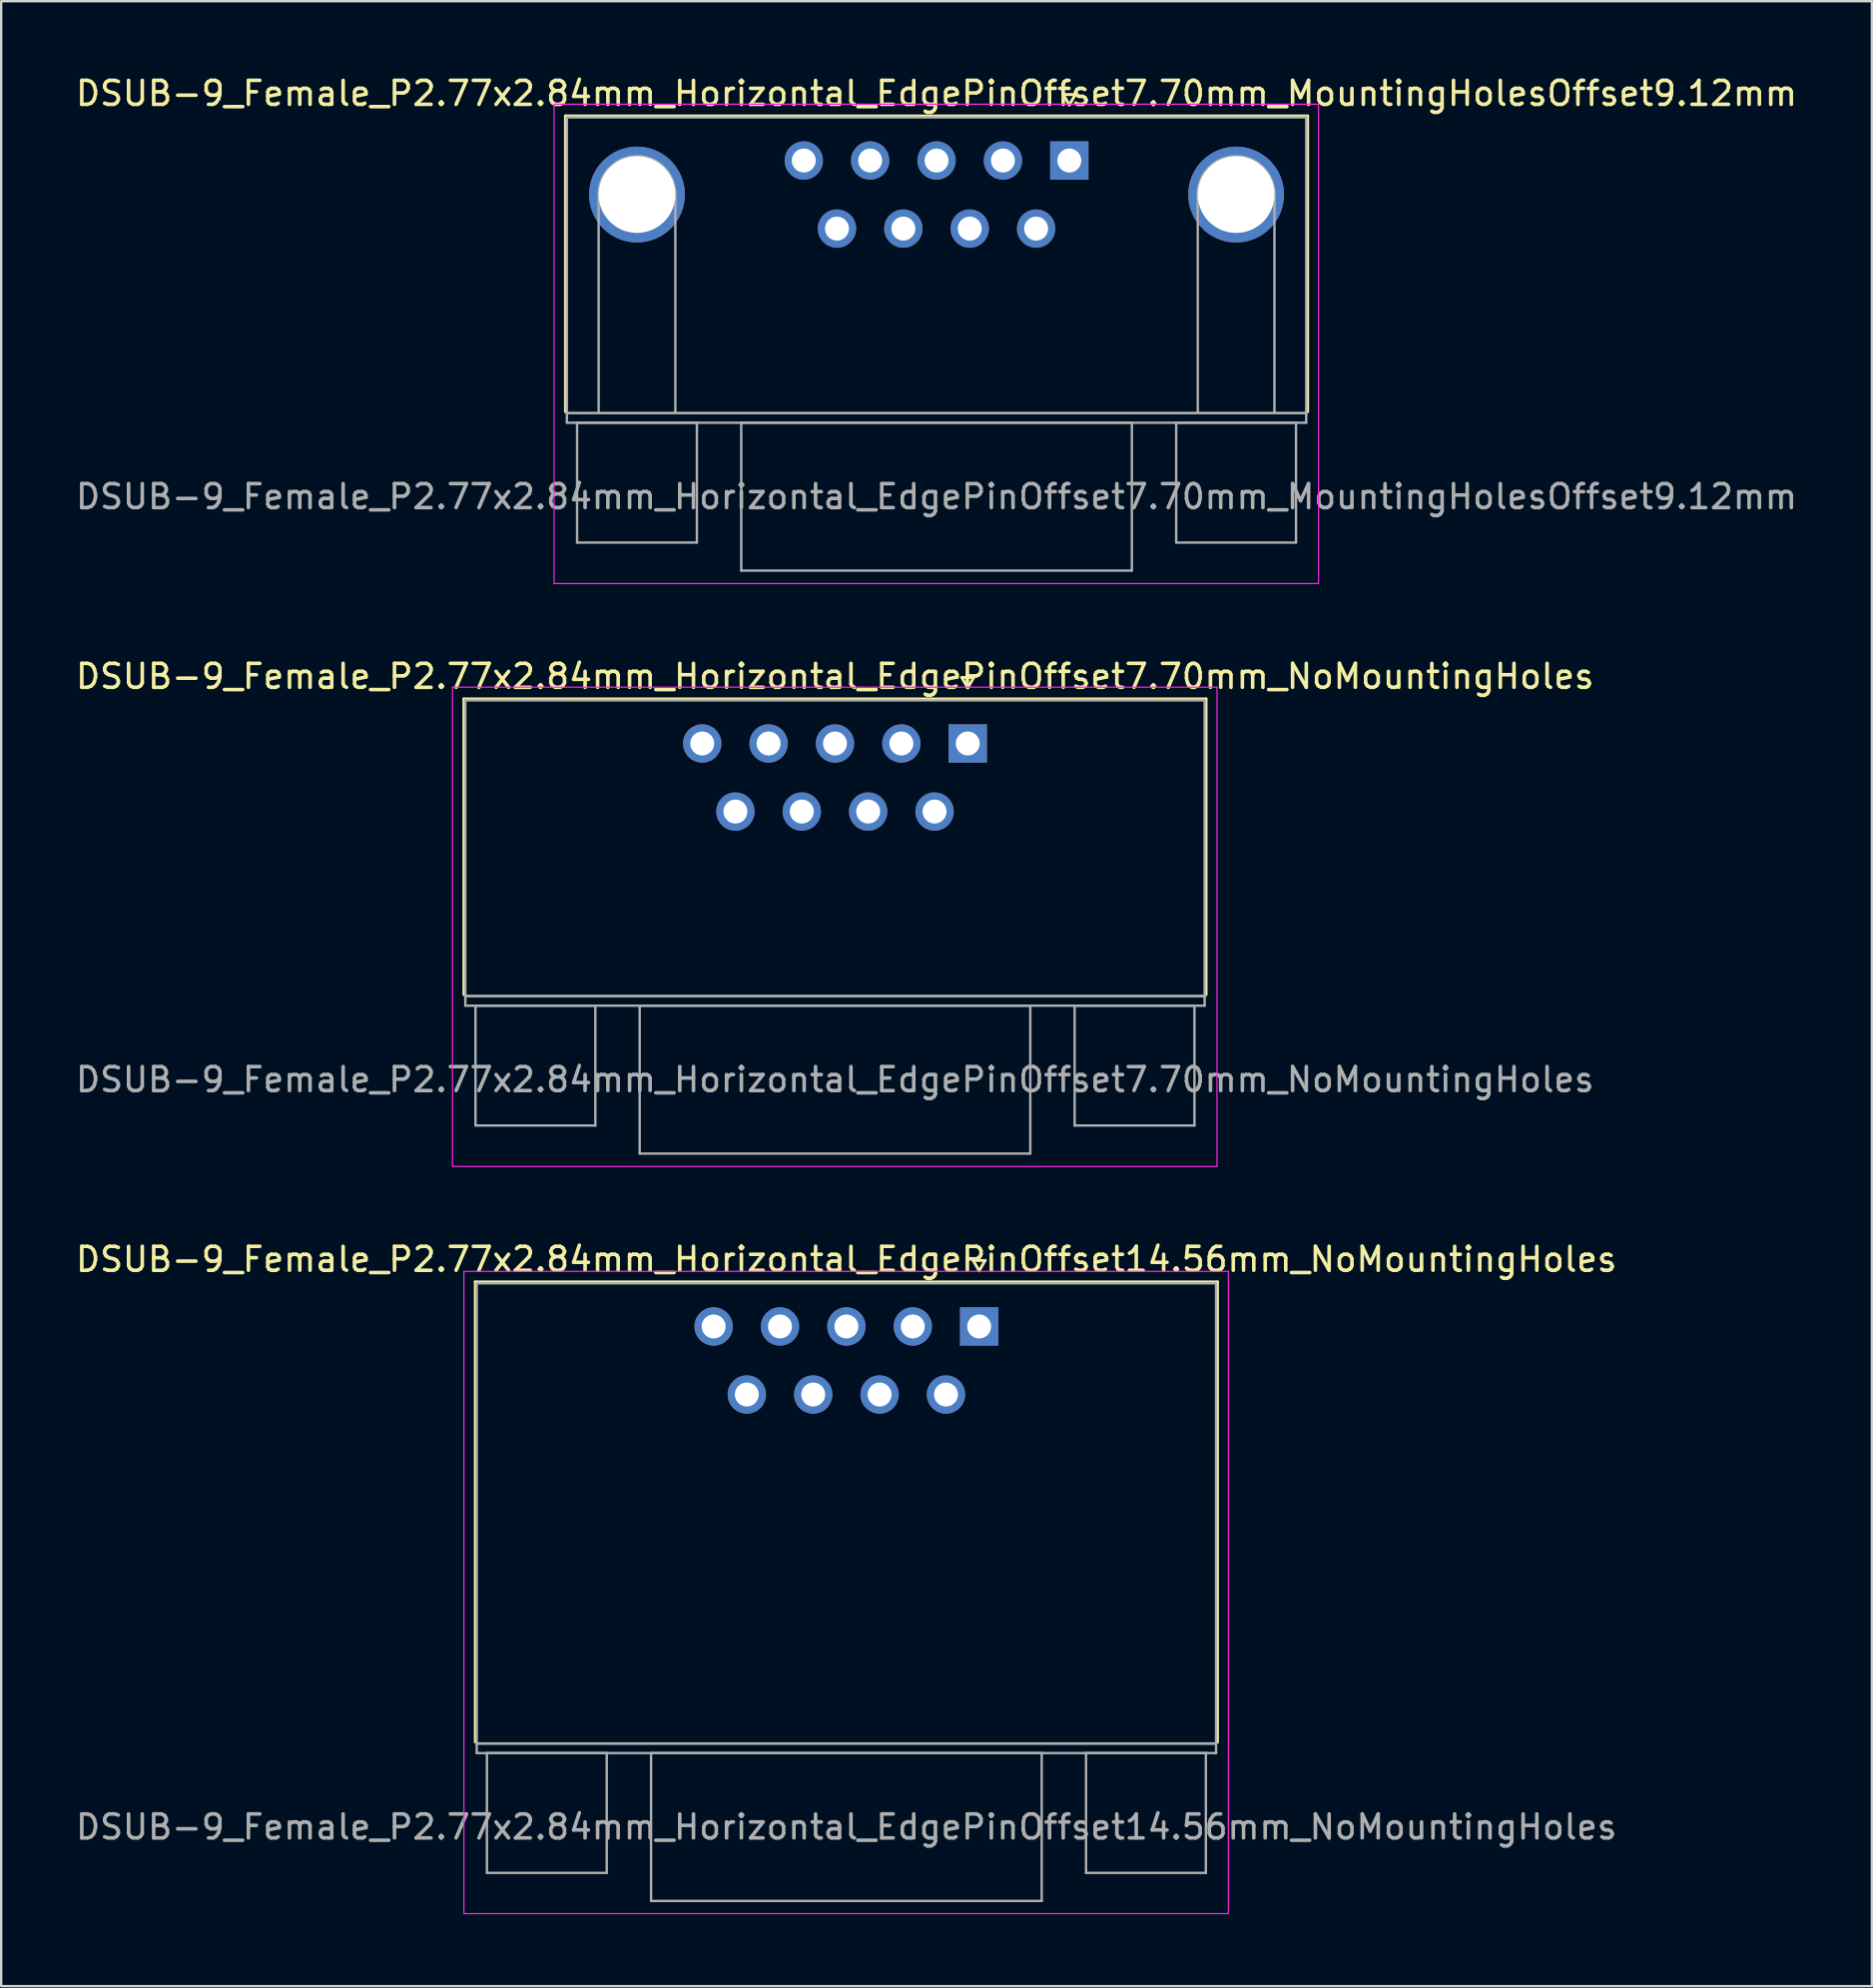
<source format=kicad_pcb>
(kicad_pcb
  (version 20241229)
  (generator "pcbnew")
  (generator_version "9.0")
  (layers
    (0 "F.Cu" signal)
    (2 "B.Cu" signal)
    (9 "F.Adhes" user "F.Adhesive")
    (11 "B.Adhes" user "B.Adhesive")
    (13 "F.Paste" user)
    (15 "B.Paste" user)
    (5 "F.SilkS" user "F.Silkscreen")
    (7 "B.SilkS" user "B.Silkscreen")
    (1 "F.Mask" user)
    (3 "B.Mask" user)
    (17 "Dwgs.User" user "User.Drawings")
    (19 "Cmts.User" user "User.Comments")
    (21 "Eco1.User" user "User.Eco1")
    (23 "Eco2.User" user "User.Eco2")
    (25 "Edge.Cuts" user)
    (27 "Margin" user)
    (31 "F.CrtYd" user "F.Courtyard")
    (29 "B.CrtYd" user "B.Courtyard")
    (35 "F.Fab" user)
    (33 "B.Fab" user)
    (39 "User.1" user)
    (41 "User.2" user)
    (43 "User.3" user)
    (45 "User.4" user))
  (footprint "DSUB-9_Female_P2.77x2.84mm_Horizontal_EdgePinOffset14.56mm_NoMountingHoles"
    (layer "F.Cu")
    (at 37.808 52.295)
    (property "Reference" "DSUB-9_Female_P2.77x2.84mm_Horizontal_EdgePinOffset14.56mm_NoMountingHoles" (at -5.54 -2.8 0) (layer "F.SilkS") (effects (font (size 1 1) (thickness 0.15))))
    (attr through_hole)
    (fp_line (start -21.025 -1.86) (end 9.945 -1.86) (stroke (width 0.12) (type solid)) (layer "F.SilkS"))
    (fp_line (start -21.025 17.34) (end -21.025 -1.86) (stroke (width 0.12) (type solid)) (layer "F.SilkS"))
    (fp_line (start -0.25 -2.754) (end 0.25 -2.754) (stroke (width 0.12) (type solid)) (layer "F.SilkS"))
    (fp_line (start 0 -2.321) (end -0.25 -2.754) (stroke (width 0.12) (type solid)) (layer "F.SilkS"))
    (fp_line (start 0.25 -2.754) (end 0 -2.321) (stroke (width 0.12) (type solid)) (layer "F.SilkS"))
    (fp_line (start 9.945 -1.86) (end 9.945 17.34) (stroke (width 0.12) (type solid)) (layer "F.SilkS"))
    (fp_line (start -21.5 -2.3) (end -21.5 24.5) (stroke (width 0.05) (type solid)) (layer "F.CrtYd"))
    (fp_line (start -21.5 24.5) (end 10.4 24.5) (stroke (width 0.05) (type solid)) (layer "F.CrtYd"))
    (fp_line (start 10.4 -2.3) (end -21.5 -2.3) (stroke (width 0.05) (type solid)) (layer "F.CrtYd"))
    (fp_line (start 10.4 24.5) (end 10.4 -2.3) (stroke (width 0.05) (type solid)) (layer "F.CrtYd"))
    (fp_line (start -20.965 -1.8) (end -20.965 17.4) (stroke (width 0.1) (type solid)) (layer "F.Fab"))
    (fp_line (start -20.965 17.4) (end -20.965 17.8) (stroke (width 0.1) (type solid)) (layer "F.Fab"))
    (fp_line (start -20.965 17.4) (end 9.885 17.4) (stroke (width 0.1) (type solid)) (layer "F.Fab"))
    (fp_line (start -20.965 17.8) (end 9.885 17.8) (stroke (width 0.1) (type solid)) (layer "F.Fab"))
    (fp_line (start -20.54 17.8) (end -20.54 22.8) (stroke (width 0.1) (type solid)) (layer "F.Fab"))
    (fp_line (start -20.54 22.8) (end -15.54 22.8) (stroke (width 0.1) (type solid)) (layer "F.Fab"))
    (fp_line (start -15.54 17.8) (end -20.54 17.8) (stroke (width 0.1) (type solid)) (layer "F.Fab"))
    (fp_line (start -15.54 22.8) (end -15.54 17.8) (stroke (width 0.1) (type solid)) (layer "F.Fab"))
    (fp_line (start -13.69 17.8) (end -13.69 23.97) (stroke (width 0.1) (type solid)) (layer "F.Fab"))
    (fp_line (start -13.69 23.97) (end 2.61 23.97) (stroke (width 0.1) (type solid)) (layer "F.Fab"))
    (fp_line (start 2.61 17.8) (end -13.69 17.8) (stroke (width 0.1) (type solid)) (layer "F.Fab"))
    (fp_line (start 2.61 23.97) (end 2.61 17.8) (stroke (width 0.1) (type solid)) (layer "F.Fab"))
    (fp_line (start 4.46 17.8) (end 4.46 22.8) (stroke (width 0.1) (type solid)) (layer "F.Fab"))
    (fp_line (start 4.46 22.8) (end 9.46 22.8) (stroke (width 0.1) (type solid)) (layer "F.Fab"))
    (fp_line (start 9.46 17.8) (end 4.46 17.8) (stroke (width 0.1) (type solid)) (layer "F.Fab"))
    (fp_line (start 9.46 22.8) (end 9.46 17.8) (stroke (width 0.1) (type solid)) (layer "F.Fab"))
    (fp_line (start 9.885 -1.8) (end -20.965 -1.8) (stroke (width 0.1) (type solid)) (layer "F.Fab"))
    (fp_line (start 9.885 17.4) (end -20.965 17.4) (stroke (width 0.1) (type solid)) (layer "F.Fab"))
    (fp_line (start 9.885 17.4) (end 9.885 -1.8) (stroke (width 0.1) (type solid)) (layer "F.Fab"))
    (fp_line (start 9.885 17.8) (end 9.885 17.4) (stroke (width 0.1) (type solid)) (layer "F.Fab"))
    (fp_text user "${REFERENCE}" (at -5.54 20.885 0) (layer "F.Fab") (effects (font (size 1 1) (thickness 0.15))))
    (pad "1" thru_hole rect (at 0 0) (size 1.6 1.6) (drill 1) (layers "*.Cu" "*.Mask"))
    (pad "2" thru_hole circle (at -2.77 0) (size 1.6 1.6) (drill 1) (layers "*.Cu" "*.Mask"))
    (pad "3" thru_hole circle (at -5.54 0) (size 1.6 1.6) (drill 1) (layers "*.Cu" "*.Mask"))
    (pad "4" thru_hole circle (at -8.31 0) (size 1.6 1.6) (drill 1) (layers "*.Cu" "*.Mask"))
    (pad "5" thru_hole circle (at -11.08 0) (size 1.6 1.6) (drill 1) (layers "*.Cu" "*.Mask"))
    (pad "6" thru_hole circle (at -1.385 2.84) (size 1.6 1.6) (drill 1) (layers "*.Cu" "*.Mask"))
    (pad "7" thru_hole circle (at -4.155 2.84) (size 1.6 1.6) (drill 1) (layers "*.Cu" "*.Mask"))
    (pad "8" thru_hole circle (at -6.925 2.84) (size 1.6 1.6) (drill 1) (layers "*.Cu" "*.Mask"))
    (pad "9" thru_hole circle (at -9.695 2.84) (size 1.6 1.6) (drill 1) (layers "*.Cu" "*.Mask")))
  (footprint "DSUB-9_Female_P2.77x2.84mm_Horizontal_EdgePinOffset7.70mm_NoMountingHoles"
    (layer "F.Cu")
    (at 37.332 27.971)
    (property "Reference" "DSUB-9_Female_P2.77x2.84mm_Horizontal_EdgePinOffset7.70mm_NoMountingHoles" (at -5.54 -2.8 0) (layer "F.SilkS") (effects (font (size 1 1) (thickness 0.15))))
    (attr through_hole)
    (fp_line (start -21.025 -1.86) (end 9.945 -1.86) (stroke (width 0.12) (type solid)) (layer "F.SilkS"))
    (fp_line (start -21.025 10.48) (end -21.025 -1.86) (stroke (width 0.12) (type solid)) (layer "F.SilkS"))
    (fp_line (start -0.25 -2.754) (end 0.25 -2.754) (stroke (width 0.12) (type solid)) (layer "F.SilkS"))
    (fp_line (start 0 -2.321) (end -0.25 -2.754) (stroke (width 0.12) (type solid)) (layer "F.SilkS"))
    (fp_line (start 0.25 -2.754) (end 0 -2.321) (stroke (width 0.12) (type solid)) (layer "F.SilkS"))
    (fp_line (start 9.945 -1.86) (end 9.945 10.48) (stroke (width 0.12) (type solid)) (layer "F.SilkS"))
    (fp_line (start -21.5 -2.35) (end -21.5 17.65) (stroke (width 0.05) (type solid)) (layer "F.CrtYd"))
    (fp_line (start -21.5 17.65) (end 10.4 17.65) (stroke (width 0.05) (type solid)) (layer "F.CrtYd"))
    (fp_line (start 10.4 -2.35) (end -21.5 -2.35) (stroke (width 0.05) (type solid)) (layer "F.CrtYd"))
    (fp_line (start 10.4 17.65) (end 10.4 -2.35) (stroke (width 0.05) (type solid)) (layer "F.CrtYd"))
    (fp_line (start -20.965 -1.8) (end -20.965 10.54) (stroke (width 0.1) (type solid)) (layer "F.Fab"))
    (fp_line (start -20.965 10.54) (end -20.965 10.94) (stroke (width 0.1) (type solid)) (layer "F.Fab"))
    (fp_line (start -20.965 10.54) (end 9.885 10.54) (stroke (width 0.1) (type solid)) (layer "F.Fab"))
    (fp_line (start -20.965 10.94) (end 9.885 10.94) (stroke (width 0.1) (type solid)) (layer "F.Fab"))
    (fp_line (start -20.54 10.94) (end -20.54 15.94) (stroke (width 0.1) (type solid)) (layer "F.Fab"))
    (fp_line (start -20.54 15.94) (end -15.54 15.94) (stroke (width 0.1) (type solid)) (layer "F.Fab"))
    (fp_line (start -15.54 10.94) (end -20.54 10.94) (stroke (width 0.1) (type solid)) (layer "F.Fab"))
    (fp_line (start -15.54 15.94) (end -15.54 10.94) (stroke (width 0.1) (type solid)) (layer "F.Fab"))
    (fp_line (start -13.69 10.94) (end -13.69 17.11) (stroke (width 0.1) (type solid)) (layer "F.Fab"))
    (fp_line (start -13.69 17.11) (end 2.61 17.11) (stroke (width 0.1) (type solid)) (layer "F.Fab"))
    (fp_line (start 2.61 10.94) (end -13.69 10.94) (stroke (width 0.1) (type solid)) (layer "F.Fab"))
    (fp_line (start 2.61 17.11) (end 2.61 10.94) (stroke (width 0.1) (type solid)) (layer "F.Fab"))
    (fp_line (start 4.46 10.94) (end 4.46 15.94) (stroke (width 0.1) (type solid)) (layer "F.Fab"))
    (fp_line (start 4.46 15.94) (end 9.46 15.94) (stroke (width 0.1) (type solid)) (layer "F.Fab"))
    (fp_line (start 9.46 10.94) (end 4.46 10.94) (stroke (width 0.1) (type solid)) (layer "F.Fab"))
    (fp_line (start 9.46 15.94) (end 9.46 10.94) (stroke (width 0.1) (type solid)) (layer "F.Fab"))
    (fp_line (start 9.885 -1.8) (end -20.965 -1.8) (stroke (width 0.1) (type solid)) (layer "F.Fab"))
    (fp_line (start 9.885 10.54) (end -20.965 10.54) (stroke (width 0.1) (type solid)) (layer "F.Fab"))
    (fp_line (start 9.885 10.54) (end 9.885 -1.8) (stroke (width 0.1) (type solid)) (layer "F.Fab"))
    (fp_line (start 9.885 10.94) (end 9.885 10.54) (stroke (width 0.1) (type solid)) (layer "F.Fab"))
    (fp_text user "${REFERENCE}" (at -5.54 14.025 0) (layer "F.Fab") (effects (font (size 1 1) (thickness 0.15))))
    (pad "1" thru_hole rect (at 0 0) (size 1.6 1.6) (drill 1) (layers "*.Cu" "*.Mask"))
    (pad "2" thru_hole circle (at -2.77 0) (size 1.6 1.6) (drill 1) (layers "*.Cu" "*.Mask"))
    (pad "3" thru_hole circle (at -5.54 0) (size 1.6 1.6) (drill 1) (layers "*.Cu" "*.Mask"))
    (pad "4" thru_hole circle (at -8.31 0) (size 1.6 1.6) (drill 1) (layers "*.Cu" "*.Mask"))
    (pad "5" thru_hole circle (at -11.08 0) (size 1.6 1.6) (drill 1) (layers "*.Cu" "*.Mask"))
    (pad "6" thru_hole circle (at -1.385 2.84) (size 1.6 1.6) (drill 1) (layers "*.Cu" "*.Mask"))
    (pad "7" thru_hole circle (at -4.155 2.84) (size 1.6 1.6) (drill 1) (layers "*.Cu" "*.Mask"))
    (pad "8" thru_hole circle (at -6.925 2.84) (size 1.6 1.6) (drill 1) (layers "*.Cu" "*.Mask"))
    (pad "9" thru_hole circle (at -9.695 2.84) (size 1.6 1.6) (drill 1) (layers "*.Cu" "*.Mask")))
  (footprint "DSUB-9_Female_P2.77x2.84mm_Horizontal_EdgePinOffset7.70mm_MountingHolesOffset9.12mm"
    (layer "F.Cu")
    (at 41.57 3.648)
    (property "Reference" "DSUB-9_Female_P2.77x2.84mm_Horizontal_EdgePinOffset7.70mm_MountingHolesOffset9.12mm" (at -5.54 -2.8 0) (layer "F.SilkS") (effects (font (size 1 1) (thickness 0.15))))
    (attr through_hole)
    (fp_line (start -21.025 -1.86) (end 9.945 -1.86) (stroke (width 0.12) (type solid)) (layer "F.SilkS"))
    (fp_line (start -21.025 10.48) (end -21.025 -1.86) (stroke (width 0.12) (type solid)) (layer "F.SilkS"))
    (fp_line (start -0.25 -2.754) (end 0.25 -2.754) (stroke (width 0.12) (type solid)) (layer "F.SilkS"))
    (fp_line (start 0 -2.321) (end -0.25 -2.754) (stroke (width 0.12) (type solid)) (layer "F.SilkS"))
    (fp_line (start 0.25 -2.754) (end 0 -2.321) (stroke (width 0.12) (type solid)) (layer "F.SilkS"))
    (fp_line (start 9.945 -1.86) (end 9.945 10.48) (stroke (width 0.12) (type solid)) (layer "F.SilkS"))
    (fp_line (start -21.5 -2.35) (end -21.5 17.65) (stroke (width 0.05) (type solid)) (layer "F.CrtYd"))
    (fp_line (start -21.5 17.65) (end 10.4 17.65) (stroke (width 0.05) (type solid)) (layer "F.CrtYd"))
    (fp_line (start 10.4 -2.35) (end -21.5 -2.35) (stroke (width 0.05) (type solid)) (layer "F.CrtYd"))
    (fp_line (start 10.4 17.65) (end 10.4 -2.35) (stroke (width 0.05) (type solid)) (layer "F.CrtYd"))
    (fp_line (start -20.965 -1.8) (end -20.965 10.54) (stroke (width 0.1) (type solid)) (layer "F.Fab"))
    (fp_line (start -20.965 10.54) (end -20.965 10.94) (stroke (width 0.1) (type solid)) (layer "F.Fab"))
    (fp_line (start -20.965 10.54) (end 9.885 10.54) (stroke (width 0.1) (type solid)) (layer "F.Fab"))
    (fp_line (start -20.965 10.94) (end 9.885 10.94) (stroke (width 0.1) (type solid)) (layer "F.Fab"))
    (fp_line (start -20.54 10.94) (end -20.54 15.94) (stroke (width 0.1) (type solid)) (layer "F.Fab"))
    (fp_line (start -20.54 15.94) (end -15.54 15.94) (stroke (width 0.1) (type solid)) (layer "F.Fab"))
    (fp_line (start -19.64 10.54) (end -19.64 1.42) (stroke (width 0.1) (type solid)) (layer "F.Fab"))
    (fp_line (start -16.44 10.54) (end -16.44 1.42) (stroke (width 0.1) (type solid)) (layer "F.Fab"))
    (fp_line (start -15.54 10.94) (end -20.54 10.94) (stroke (width 0.1) (type solid)) (layer "F.Fab"))
    (fp_line (start -15.54 15.94) (end -15.54 10.94) (stroke (width 0.1) (type solid)) (layer "F.Fab"))
    (fp_line (start -13.69 10.94) (end -13.69 17.11) (stroke (width 0.1) (type solid)) (layer "F.Fab"))
    (fp_line (start -13.69 17.11) (end 2.61 17.11) (stroke (width 0.1) (type solid)) (layer "F.Fab"))
    (fp_line (start 2.61 10.94) (end -13.69 10.94) (stroke (width 0.1) (type solid)) (layer "F.Fab"))
    (fp_line (start 2.61 17.11) (end 2.61 10.94) (stroke (width 0.1) (type solid)) (layer "F.Fab"))
    (fp_line (start 4.46 10.94) (end 4.46 15.94) (stroke (width 0.1) (type solid)) (layer "F.Fab"))
    (fp_line (start 4.46 15.94) (end 9.46 15.94) (stroke (width 0.1) (type solid)) (layer "F.Fab"))
    (fp_line (start 5.36 10.54) (end 5.36 1.42) (stroke (width 0.1) (type solid)) (layer "F.Fab"))
    (fp_line (start 8.56 10.54) (end 8.56 1.42) (stroke (width 0.1) (type solid)) (layer "F.Fab"))
    (fp_line (start 9.46 10.94) (end 4.46 10.94) (stroke (width 0.1) (type solid)) (layer "F.Fab"))
    (fp_line (start 9.46 15.94) (end 9.46 10.94) (stroke (width 0.1) (type solid)) (layer "F.Fab"))
    (fp_line (start 9.885 -1.8) (end -20.965 -1.8) (stroke (width 0.1) (type solid)) (layer "F.Fab"))
    (fp_line (start 9.885 10.54) (end -20.965 10.54) (stroke (width 0.1) (type solid)) (layer "F.Fab"))
    (fp_line (start 9.885 10.54) (end 9.885 -1.8) (stroke (width 0.1) (type solid)) (layer "F.Fab"))
    (fp_line (start 9.885 10.94) (end 9.885 10.54) (stroke (width 0.1) (type solid)) (layer "F.Fab"))
    (fp_arc (start -19.64 1.42) (mid -18.04 -0.18) (end -16.44 1.42) (stroke (width 0.1) (type solid)) (layer "F.Fab"))
    (fp_arc (start 5.36 1.42) (mid 6.96 -0.18) (end 8.56 1.42) (stroke (width 0.1) (type solid)) (layer "F.Fab"))
    (fp_text user "${REFERENCE}" (at -5.54 14.025 0) (layer "F.Fab") (effects (font (size 1 1) (thickness 0.15))))
    (pad "0" thru_hole circle (at -18.04 1.42) (size 4 4) (drill 3.2) (layers "*.Cu" "*.Mask"))
    (pad "0" thru_hole circle (at 6.96 1.42) (size 4 4) (drill 3.2) (layers "*.Cu" "*.Mask"))
    (pad "1" thru_hole rect (at 0 0) (size 1.6 1.6) (drill 1) (layers "*.Cu" "*.Mask"))
    (pad "2" thru_hole circle (at -2.77 0) (size 1.6 1.6) (drill 1) (layers "*.Cu" "*.Mask"))
    (pad "3" thru_hole circle (at -5.54 0) (size 1.6 1.6) (drill 1) (layers "*.Cu" "*.Mask"))
    (pad "4" thru_hole circle (at -8.31 0) (size 1.6 1.6) (drill 1) (layers "*.Cu" "*.Mask"))
    (pad "5" thru_hole circle (at -11.08 0) (size 1.6 1.6) (drill 1) (layers "*.Cu" "*.Mask"))
    (pad "6" thru_hole circle (at -1.385 2.84) (size 1.6 1.6) (drill 1) (layers "*.Cu" "*.Mask"))
    (pad "7" thru_hole circle (at -4.155 2.84) (size 1.6 1.6) (drill 1) (layers "*.Cu" "*.Mask"))
    (pad "8" thru_hole circle (at -6.925 2.84) (size 1.6 1.6) (drill 1) (layers "*.Cu" "*.Mask"))
    (pad "9" thru_hole circle (at -9.695 2.84) (size 1.6 1.6) (drill 1) (layers "*.Cu" "*.Mask")))
  (gr_rect
    (start -3 -3)
    (end 75.06 79.82)
    (stroke (width 0.1) (type default))
    (fill no)
    (layer "Edge.Cuts")))
</source>
